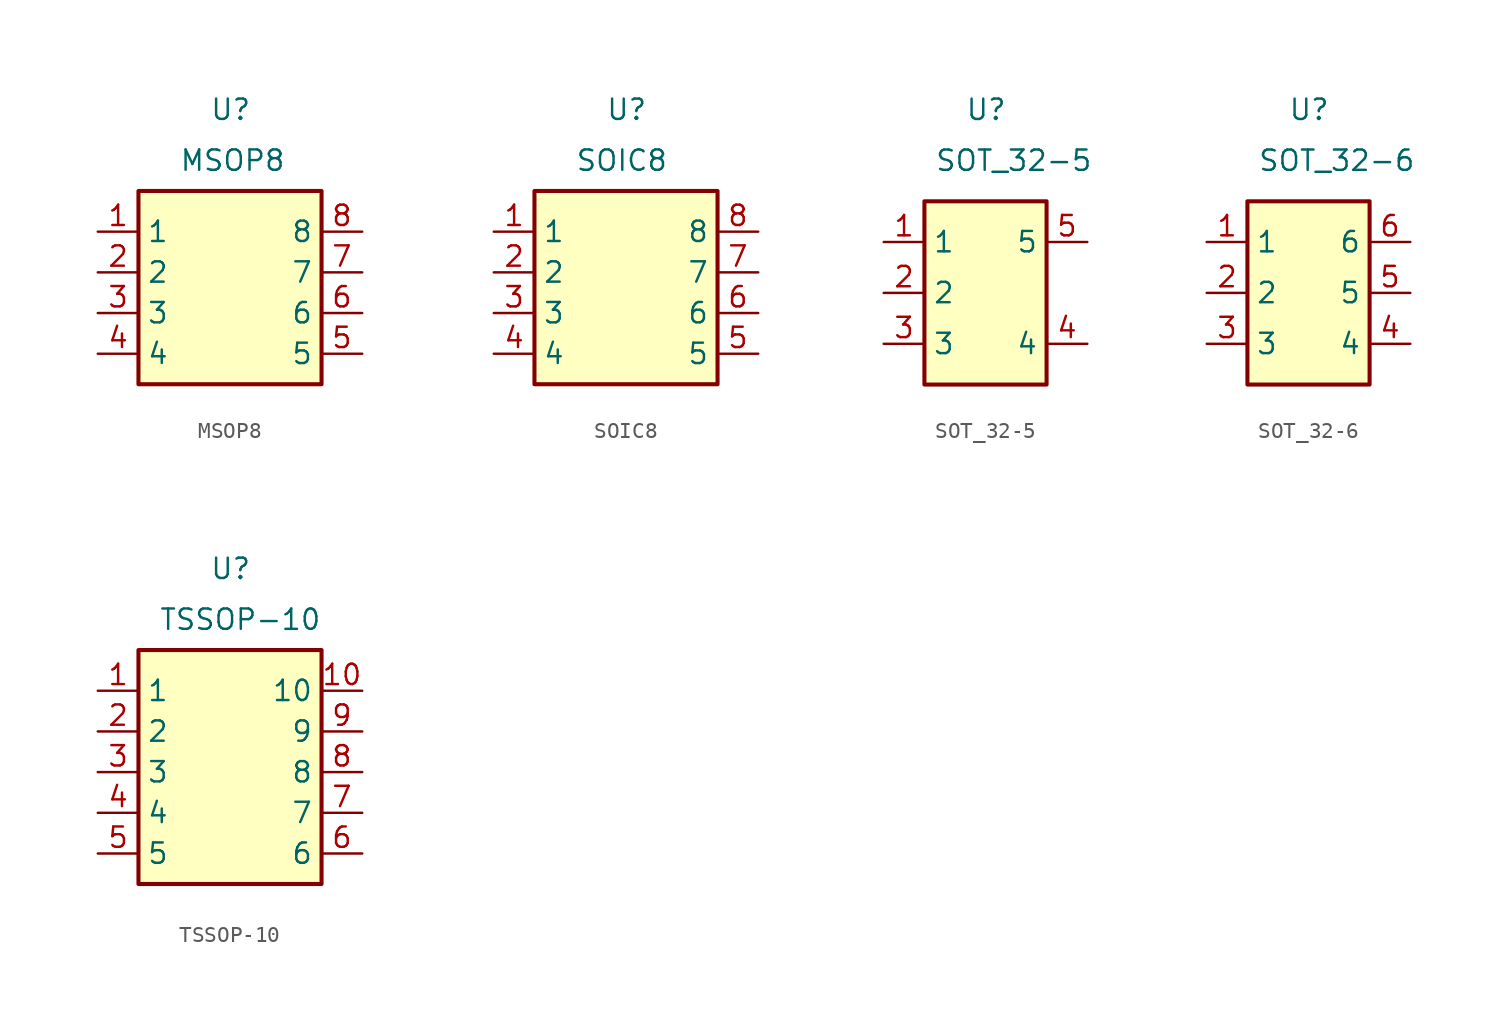
<source format=kicad_sym>
(kicad_symbol_lib
  (version 20220914)
  (generator kicad_symbol_editor)
  (symbol "MSOP8"
    (property "Reference" "U"
      (at -1.27 11.43 0)
      (effects (font (size 1.27 1.27)) (justify left)))
    (property "Value" "MSOP8"
      (at -3.175 8.255 0)
      (effects (font (size 1.27 1.27)) (justify left)))
    (symbol "MSOP8_0_1"
      (rectangle (start -5.715 6.35) (end 5.715 -5.715) (stroke (width 0.254) (type default)) (fill (type background))))
    (symbol "MSOP8_1_1"
      (pin passive line (at -8.255 3.81 0) (length 2.54) (name "1" (effects (font (size 1.27 1.27)))) (number "1" (effects (font (size 1.27 1.27)))))
      (pin passive line (at -8.255 1.27 0) (length 2.54) (name "2" (effects (font (size 1.27 1.27)))) (number "2" (effects (font (size 1.27 1.27)))))
      (pin passive line (at -8.255 -1.27 0) (length 2.54) (name "3" (effects (font (size 1.27 1.27)))) (number "3" (effects (font (size 1.27 1.27)))))
      (pin passive line (at -8.255 -3.81 0) (length 2.54) (name "4" (effects (font (size 1.27 1.27)))) (number "4" (effects (font (size 1.27 1.27)))))
      (pin passive line (at 8.255 -3.81 180) (length 2.54) (name "5" (effects (font (size 1.27 1.27)))) (number "5" (effects (font (size 1.27 1.27)))))
      (pin passive line (at 8.255 -1.27 180) (length 2.54) (name "6" (effects (font (size 1.27 1.27)))) (number "6" (effects (font (size 1.27 1.27)))))
      (pin passive line (at 8.255 1.27 180) (length 2.54) (name "7" (effects (font (size 1.27 1.27)))) (number "7" (effects (font (size 1.27 1.27)))))
      (pin passive line (at 8.255 3.81 180) (length 2.54) (name "8" (effects (font (size 1.27 1.27)))) (number "8" (effects (font (size 1.27 1.27)))))))
  (symbol "SOIC8"
    (property "Reference" "U"
      (at -1.27 11.43 0)
      (effects (font (size 1.27 1.27)) (justify left)))
    (property "Value" "SOIC8"
      (at -3.175 8.255 0)
      (effects (font (size 1.27 1.27)) (justify left)))
    (symbol "SOIC8_0_1"
      (rectangle (start -5.715 6.35) (end 5.715 -5.715) (stroke (width 0.254) (type default)) (fill (type background))))
    (symbol "SOIC8_1_1"
      (pin passive line (at -8.255 3.81 0) (length 2.54) (name "1" (effects (font (size 1.27 1.27)))) (number "1" (effects (font (size 1.27 1.27)))))
      (pin passive line (at -8.255 1.27 0) (length 2.54) (name "2" (effects (font (size 1.27 1.27)))) (number "2" (effects (font (size 1.27 1.27)))))
      (pin passive line (at -8.255 -1.27 0) (length 2.54) (name "3" (effects (font (size 1.27 1.27)))) (number "3" (effects (font (size 1.27 1.27)))))
      (pin passive line (at -8.255 -3.81 0) (length 2.54) (name "4" (effects (font (size 1.27 1.27)))) (number "4" (effects (font (size 1.27 1.27)))))
      (pin passive line (at 8.255 -3.81 180) (length 2.54) (name "5" (effects (font (size 1.27 1.27)))) (number "5" (effects (font (size 1.27 1.27)))))
      (pin passive line (at 8.255 -1.27 180) (length 2.54) (name "6" (effects (font (size 1.27 1.27)))) (number "6" (effects (font (size 1.27 1.27)))))
      (pin passive line (at 8.255 1.27 180) (length 2.54) (name "7" (effects (font (size 1.27 1.27)))) (number "7" (effects (font (size 1.27 1.27)))))
      (pin passive line (at 8.255 3.81 180) (length 2.54) (name "8" (effects (font (size 1.27 1.27)))) (number "8" (effects (font (size 1.27 1.27)))))))
  (symbol "SOT_32-5"
    (property "Reference" "U"
      (at -1.27 11.43 0)
      (effects (font (size 1.27 1.27)) (justify left)))
    (property "Value" "SOT_32-5"
      (at -3.175 8.255 0)
      (effects (font (size 1.27 1.27)) (justify left)))
    (symbol "SOT_32-5_0_1"
      (rectangle (start -3.81 5.715) (end 3.81 -5.715) (stroke (width 0.254) (type default)) (fill (type background))))
    (symbol "SOT_32-5_1_1"
      (pin passive line (at -6.35 3.175 0) (length 2.54) (name "1" (effects (font (size 1.27 1.27)))) (number "1" (effects (font (size 1.27 1.27)))))
      (pin passive line (at -6.35 0 0) (length 2.54) (name "2" (effects (font (size 1.27 1.27)))) (number "2" (effects (font (size 1.27 1.27)))))
      (pin passive line (at -6.35 -3.175 0) (length 2.54) (name "3" (effects (font (size 1.27 1.27)))) (number "3" (effects (font (size 1.27 1.27)))))
      (pin passive line (at 6.35 -3.175 180) (length 2.54) (name "4" (effects (font (size 1.27 1.27)))) (number "4" (effects (font (size 1.27 1.27)))))
      (pin passive line (at 6.35 3.175 180) (length 2.54) (name "5" (effects (font (size 1.27 1.27)))) (number "5" (effects (font (size 1.27 1.27)))))))
  (symbol "SOT_32-6"
    (property "Reference" "U"
      (at -1.27 11.43 0)
      (effects (font (size 1.27 1.27)) (justify left)))
    (property "Value" "SOT_32-6"
      (at -3.175 8.255 0)
      (effects (font (size 1.27 1.27)) (justify left)))
    (symbol "SOT_32-6_0_1"
      (rectangle (start -3.81 5.715) (end 3.81 -5.715) (stroke (width 0.254) (type default)) (fill (type background))))
    (symbol "SOT_32-6_1_1"
      (pin passive line (at -6.35 3.175 0) (length 2.54) (name "1" (effects (font (size 1.27 1.27)))) (number "1" (effects (font (size 1.27 1.27)))))
      (pin passive line (at -6.35 0 0) (length 2.54) (name "2" (effects (font (size 1.27 1.27)))) (number "2" (effects (font (size 1.27 1.27)))))
      (pin passive line (at -6.35 -3.175 0) (length 2.54) (name "3" (effects (font (size 1.27 1.27)))) (number "3" (effects (font (size 1.27 1.27)))))
      (pin passive line (at 6.35 -3.175 180) (length 2.54) (name "4" (effects (font (size 1.27 1.27)))) (number "4" (effects (font (size 1.27 1.27)))))
      (pin passive line (at 6.35 0 180) (length 2.54) (name "5" (effects (font (size 1.27 1.27)))) (number "5" (effects (font (size 1.27 1.27)))))
      (pin passive line (at 6.35 3.175 180) (length 2.54) (name "6" (effects (font (size 1.27 1.27)))) (number "6" (effects (font (size 1.27 1.27)))))))
  (symbol "TSSOP-10"
    (property "Reference" "U"
      (at -1.27 11.43 0)
      (effects (font (size 1.27 1.27)) (justify left)))
    (property "Value" "TSSOP-10"
      (at -4.445 8.255 0)
      (effects (font (size 1.27 1.27)) (justify left)))
    (symbol "TSSOP-10_0_1"
      (rectangle (start -5.715 6.35) (end 5.715 -8.255) (stroke (width 0.254) (type default)) (fill (type background))))
    (symbol "TSSOP-10_1_1"
      (pin passive line (at -8.255 3.81 0) (length 2.54) (name "1" (effects (font (size 1.27 1.27)))) (number "1" (effects (font (size 1.27 1.27)))))
      (pin passive line (at 8.255 3.81 180) (length 2.54) (name "10" (effects (font (size 1.27 1.27)))) (number "10" (effects (font (size 1.27 1.27)))))
      (pin passive line (at -8.255 1.27 0) (length 2.54) (name "2" (effects (font (size 1.27 1.27)))) (number "2" (effects (font (size 1.27 1.27)))))
      (pin passive line (at -8.255 -1.27 0) (length 2.54) (name "3" (effects (font (size 1.27 1.27)))) (number "3" (effects (font (size 1.27 1.27)))))
      (pin passive line (at -8.255 -3.81 0) (length 2.54) (name "4" (effects (font (size 1.27 1.27)))) (number "4" (effects (font (size 1.27 1.27)))))
      (pin passive line (at -8.255 -6.35 0) (length 2.54) (name "5" (effects (font (size 1.27 1.27)))) (number "5" (effects (font (size 1.27 1.27)))))
      (pin passive line (at 8.255 -6.35 180) (length 2.54) (name "6" (effects (font (size 1.27 1.27)))) (number "6" (effects (font (size 1.27 1.27)))))
      (pin passive line (at 8.255 -3.81 180) (length 2.54) (name "7" (effects (font (size 1.27 1.27)))) (number "7" (effects (font (size 1.27 1.27)))))
      (pin passive line (at 8.255 -1.27 180) (length 2.54) (name "8" (effects (font (size 1.27 1.27)))) (number "8" (effects (font (size 1.27 1.27)))))
      (pin passive line (at 8.255 1.27 180) (length 2.54) (name "9" (effects (font (size 1.27 1.27)))) (number "9" (effects (font (size 1.27 1.27))))))))
</source>
